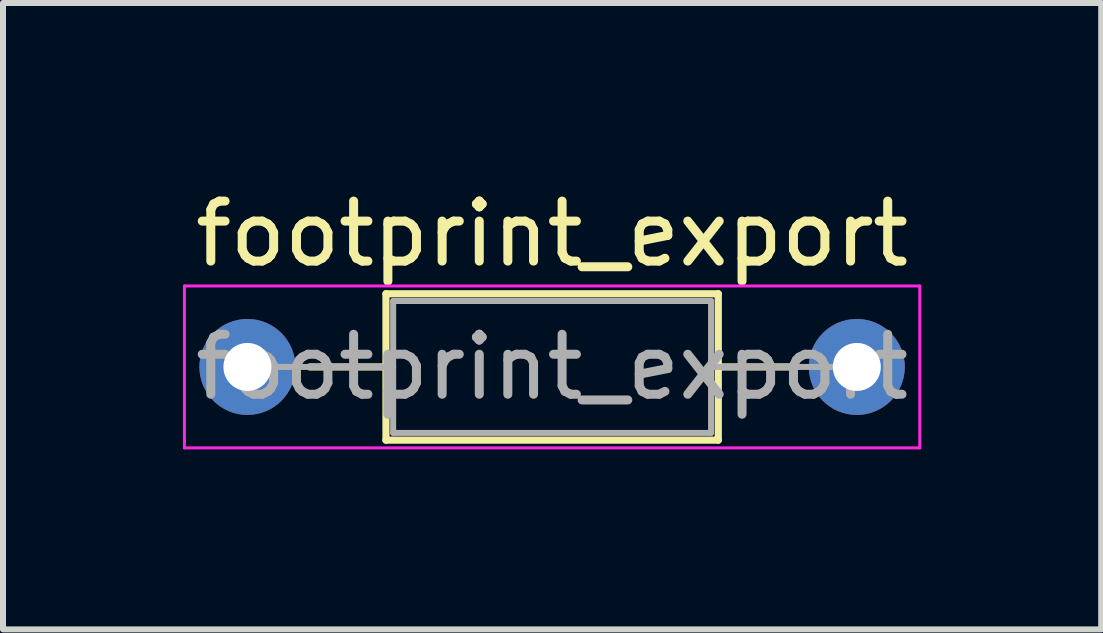
<source format=kicad_pcb>
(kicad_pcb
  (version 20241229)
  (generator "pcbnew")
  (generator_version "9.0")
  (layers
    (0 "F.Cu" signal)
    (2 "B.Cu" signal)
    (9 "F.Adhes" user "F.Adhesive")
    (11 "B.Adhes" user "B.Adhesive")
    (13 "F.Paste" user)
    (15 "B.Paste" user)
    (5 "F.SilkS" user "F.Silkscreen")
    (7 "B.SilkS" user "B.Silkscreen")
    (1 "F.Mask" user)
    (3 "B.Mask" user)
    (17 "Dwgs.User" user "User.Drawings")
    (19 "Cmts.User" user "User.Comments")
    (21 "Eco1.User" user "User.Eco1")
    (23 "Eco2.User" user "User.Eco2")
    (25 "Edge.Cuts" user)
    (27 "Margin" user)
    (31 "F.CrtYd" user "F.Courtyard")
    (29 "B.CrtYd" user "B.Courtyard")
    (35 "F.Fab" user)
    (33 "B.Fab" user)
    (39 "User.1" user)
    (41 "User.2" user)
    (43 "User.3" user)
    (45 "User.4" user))
  (footprint "footprint_export"
    (layer "F.Cu")
    (at 1.075 3.068)
    (property "Reference" "footprint_export" (at 5.08 -2.22 0) (layer "F.SilkS") (effects (font (size 1 1) (thickness 0.15))))
    (attr through_hole)
    (fp_line (start 1.04 0) (end 2.31 0) (stroke (width 0.12) (type solid)) (layer "F.SilkS"))
    (fp_line (start 2.31 -1.22) (end 2.31 1.22) (stroke (width 0.12) (type solid)) (layer "F.SilkS"))
    (fp_line (start 2.31 1.22) (end 7.85 1.22) (stroke (width 0.12) (type solid)) (layer "F.SilkS"))
    (fp_line (start 7.85 -1.22) (end 2.31 -1.22) (stroke (width 0.12) (type solid)) (layer "F.SilkS"))
    (fp_line (start 7.85 1.22) (end 7.85 -1.22) (stroke (width 0.12) (type solid)) (layer "F.SilkS"))
    (fp_line (start 9.12 0) (end 7.85 0) (stroke (width 0.12) (type solid)) (layer "F.SilkS"))
    (fp_line (start -1.05 -1.35) (end -1.05 1.35) (stroke (width 0.05) (type solid)) (layer "F.CrtYd"))
    (fp_line (start -1.05 1.35) (end 11.21 1.35) (stroke (width 0.05) (type solid)) (layer "F.CrtYd"))
    (fp_line (start 11.21 -1.35) (end -1.05 -1.35) (stroke (width 0.05) (type solid)) (layer "F.CrtYd"))
    (fp_line (start 11.21 1.35) (end 11.21 -1.35) (stroke (width 0.05) (type solid)) (layer "F.CrtYd"))
    (fp_line (start 0 0) (end 2.43 0) (stroke (width 0.1) (type solid)) (layer "F.Fab"))
    (fp_line (start 2.43 -1.1) (end 2.43 1.1) (stroke (width 0.1) (type solid)) (layer "F.Fab"))
    (fp_line (start 2.43 1.1) (end 7.73 1.1) (stroke (width 0.1) (type solid)) (layer "F.Fab"))
    (fp_line (start 7.73 -1.1) (end 2.43 -1.1) (stroke (width 0.1) (type solid)) (layer "F.Fab"))
    (fp_line (start 7.73 1.1) (end 7.73 -1.1) (stroke (width 0.1) (type solid)) (layer "F.Fab"))
    (fp_line (start 10.16 0) (end 7.73 0) (stroke (width 0.1) (type solid)) (layer "F.Fab"))
    (fp_text user "${REFERENCE}" (at 5.08 0 0) (layer "F.Fab") (effects (font (size 1 1) (thickness 0.15))))
    (pad "1" thru_hole circle (at 0 0) (size 1.6 1.6) (drill 0.8) (layers "*.Cu" "*.Mask"))
    (pad "2" thru_hole oval (at 10.16 0) (size 1.6 1.6) (drill 0.8) (layers "*.Cu" "*.Mask")))
  (gr_rect
    (start -3 -3)
    (end 15.31 7.443)
    (stroke (width 0.1) (type default))
    (fill no)
    (layer "Edge.Cuts")))
</source>
